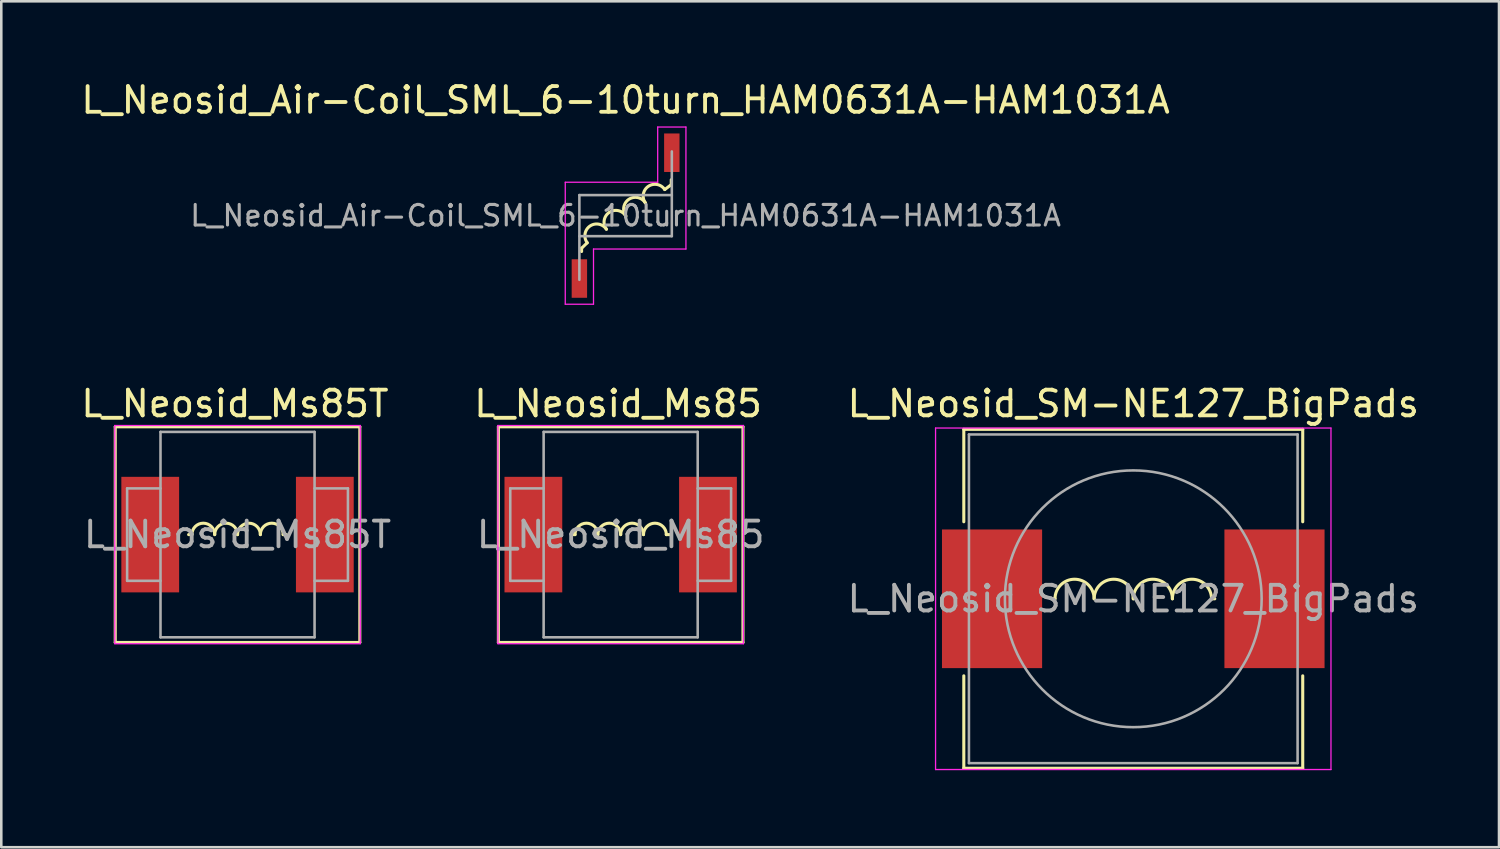
<source format=kicad_pcb>
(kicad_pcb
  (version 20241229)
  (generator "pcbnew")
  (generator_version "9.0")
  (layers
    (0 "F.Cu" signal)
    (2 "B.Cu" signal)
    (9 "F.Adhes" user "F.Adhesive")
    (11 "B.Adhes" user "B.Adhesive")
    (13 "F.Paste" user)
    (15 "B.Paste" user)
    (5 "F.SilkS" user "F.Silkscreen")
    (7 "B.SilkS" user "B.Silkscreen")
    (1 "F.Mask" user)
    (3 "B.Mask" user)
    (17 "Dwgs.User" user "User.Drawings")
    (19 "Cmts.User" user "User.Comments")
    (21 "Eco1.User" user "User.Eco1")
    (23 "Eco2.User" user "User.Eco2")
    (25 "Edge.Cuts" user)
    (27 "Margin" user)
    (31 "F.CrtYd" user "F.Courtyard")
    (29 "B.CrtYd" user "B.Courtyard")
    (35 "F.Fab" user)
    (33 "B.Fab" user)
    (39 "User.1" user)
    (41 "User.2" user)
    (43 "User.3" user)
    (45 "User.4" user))
  (footprint "L_Neosid_Ms85T"
    (layer "F.Cu")
    (at 6.201 17.771)
    (property "Reference" "L_Neosid_Ms85T" (at -0.1 -5.1 0) (layer "F.SilkS") (effects (font (size 1 1) (thickness 0.15))))
    (attr smd)
    (fp_line (start -4.763 -4.2) (end -4.763 4.2) (stroke (width 0.12) (type solid)) (layer "F.SilkS"))
    (fp_line (start -4.763 4.2) (end 4.763 4.2) (stroke (width 0.12) (type solid)) (layer "F.SilkS"))
    (fp_line (start -1.778 0) (end -1.905 0) (stroke (width 0.12) (type solid)) (layer "F.SilkS"))
    (fp_line (start 1.778 0) (end 1.905 0) (stroke (width 0.12) (type solid)) (layer "F.SilkS"))
    (fp_line (start 4.763 -4.2) (end -4.763 -4.2) (stroke (width 0.12) (type solid)) (layer "F.SilkS"))
    (fp_line (start 4.763 4.2) (end 4.763 -4.2) (stroke (width 0.12) (type solid)) (layer "F.SilkS"))
    (fp_arc (start -1.778 0) (mid -1.3335 -0.4445) (end -0.889 0) (stroke (width 0.12) (type solid)) (layer "F.SilkS"))
    (fp_arc (start -0.889 0) (mid -0.4445 -0.4445) (end 0 0) (stroke (width 0.12) (type solid)) (layer "F.SilkS"))
    (fp_arc (start 0 0) (mid 0.4445 -0.4445) (end 0.889 0) (stroke (width 0.12) (type solid)) (layer "F.SilkS"))
    (fp_arc (start 0.889 0) (mid 1.3335 -0.4445) (end 1.778 0) (stroke (width 0.12) (type solid)) (layer "F.SilkS"))
    (fp_line (start -4.78 -4.25) (end -4.78 4.25) (stroke (width 0.05) (type solid)) (layer "F.CrtYd"))
    (fp_line (start -4.78 -4.25) (end 4.78 -4.25) (stroke (width 0.05) (type solid)) (layer "F.CrtYd"))
    (fp_line (start 4.78 4.25) (end -4.78 4.25) (stroke (width 0.05) (type solid)) (layer "F.CrtYd"))
    (fp_line (start 4.78 4.25) (end 4.78 -4.25) (stroke (width 0.05) (type solid)) (layer "F.CrtYd"))
    (fp_line (start -4.3 -1.8) (end -4.3 1.8) (stroke (width 0.1) (type solid)) (layer "F.Fab"))
    (fp_line (start -4.3 -1.8) (end -3 -1.8) (stroke (width 0.1) (type solid)) (layer "F.Fab"))
    (fp_line (start -4.3 1.8) (end -3 1.8) (stroke (width 0.1) (type solid)) (layer "F.Fab"))
    (fp_line (start -3 -4) (end 3 -4) (stroke (width 0.1) (type solid)) (layer "F.Fab"))
    (fp_line (start -3 4) (end -3 -4) (stroke (width 0.1) (type solid)) (layer "F.Fab"))
    (fp_line (start 3 -4) (end 3 4) (stroke (width 0.1) (type solid)) (layer "F.Fab"))
    (fp_line (start 3 1.8) (end 4.3 1.8) (stroke (width 0.1) (type solid)) (layer "F.Fab"))
    (fp_line (start 3 4) (end -3 4) (stroke (width 0.1) (type solid)) (layer "F.Fab"))
    (fp_line (start 4.3 -1.8) (end 3 -1.8) (stroke (width 0.1) (type solid)) (layer "F.Fab"))
    (fp_line (start 4.3 1.8) (end 4.3 -1.8) (stroke (width 0.1) (type solid)) (layer "F.Fab"))
    (fp_text user "${REFERENCE}" (at 0 0 0) (layer "F.Fab") (effects (font (size 1 1) (thickness 0.15))))
    (pad "1" smd rect (at -3.4 0) (size 2.25 4.5) (layers "F.Cu" "F.Mask" "F.Paste"))
    (pad "2" smd rect (at 3.4 0) (size 2.25 4.5) (layers "F.Cu" "F.Mask" "F.Paste")))
  (footprint "L_Neosid_Air-Coil_SML_6-10turn_HAM0631A-HAM1031A"
    (layer "F.Cu")
    (at 21.315 5.348)
    (property "Reference" "L_Neosid_Air-Coil_SML_6-10turn_HAM0631A-HAM1031A" (at 0 -4.5 0) (layer "F.SilkS") (effects (font (size 1 1) (thickness 0.15))))
    (attr smd)
    (fp_line (start -1.714 1.27) (end -1.714 1.397) (stroke (width 0.12) (type solid)) (layer "F.SilkS"))
    (fp_line (start -1.495 1.057) (end -1.714 1.27) (stroke (width 0.12) (type solid)) (layer "F.SilkS"))
    (fp_line (start 1.524 -1.016) (end 1.778 -1.206) (stroke (width 0.12) (type solid)) (layer "F.SilkS"))
    (fp_line (start 1.778 -1.206) (end 1.778 -1.397) (stroke (width 0.12) (type solid)) (layer "F.SilkS"))
    (fp_arc (start -1.494644 1.057486) (mid -1.392794 0.408938) (end -0.747322 0.528743) (stroke (width 0.12) (type solid)) (layer "F.SilkS"))
    (fp_arc (start -0.747322 0.528743) (mid -0.645472 -0.119805) (end 0 0) (stroke (width 0.12) (type solid)) (layer "F.SilkS"))
    (fp_arc (start 0.014678 0.020743) (mid 0.116528 -0.627805) (end 0.762 -0.508) (stroke (width 0.12) (type solid)) (layer "F.SilkS"))
    (fp_arc (start 0.776678 -0.487257) (mid 0.878528 -1.135805) (end 1.524 -1.016) (stroke (width 0.12) (type solid)) (layer "F.SilkS"))
    (fp_line (start -2.35 -1.3) (end -2.35 3.45) (stroke (width 0.05) (type solid)) (layer "F.CrtYd"))
    (fp_line (start -2.35 3.45) (end -1.25 3.45) (stroke (width 0.05) (type solid)) (layer "F.CrtYd"))
    (fp_line (start -1.25 1.3) (end 2.35 1.3) (stroke (width 0.05) (type solid)) (layer "F.CrtYd"))
    (fp_line (start -1.25 3.45) (end -1.25 1.3) (stroke (width 0.05) (type solid)) (layer "F.CrtYd"))
    (fp_line (start 1.25 -3.45) (end 1.25 -1.3) (stroke (width 0.05) (type solid)) (layer "F.CrtYd"))
    (fp_line (start 1.25 -1.3) (end -2.35 -1.3) (stroke (width 0.05) (type solid)) (layer "F.CrtYd"))
    (fp_line (start 2.35 -3.45) (end 1.25 -3.45) (stroke (width 0.05) (type solid)) (layer "F.CrtYd"))
    (fp_line (start 2.35 1.3) (end 2.35 -3.45) (stroke (width 0.05) (type solid)) (layer "F.CrtYd"))
    (fp_line (start -1.8 -0.8) (end -1.8 2.5) (stroke (width 0.1) (type solid)) (layer "F.Fab"))
    (fp_line (start -1.8 -0.8) (end 1.8 -0.8) (stroke (width 0.1) (type solid)) (layer "F.Fab"))
    (fp_line (start 1.8 0.8) (end -1.8 0.8) (stroke (width 0.1) (type solid)) (layer "F.Fab"))
    (fp_line (start 1.8 0.8) (end 1.8 -2.5) (stroke (width 0.1) (type solid)) (layer "F.Fab"))
    (fp_text user "${REFERENCE}" (at 0 0 0) (layer "F.Fab") (effects (font (size 0.8 0.8) (thickness 0.12))))
    (pad "1" smd rect (at -1.8 2.45) (size 0.6 1.5) (layers "F.Cu" "F.Mask" "F.Paste"))
    (pad "2" smd rect (at 1.8 -2.45) (size 0.6 1.5) (layers "F.Cu" "F.Mask" "F.Paste")))
  (footprint "L_Neosid_Ms85"
    (layer "F.Cu")
    (at 21.123 17.771)
    (property "Reference" "L_Neosid_Ms85" (at -0.1 -5.1 0) (layer "F.SilkS") (effects (font (size 1 1) (thickness 0.15))))
    (attr smd)
    (fp_line (start -4.763 -4.2) (end -4.763 4.2) (stroke (width 0.12) (type solid)) (layer "F.SilkS"))
    (fp_line (start -4.763 4.2) (end 4.763 4.2) (stroke (width 0.12) (type solid)) (layer "F.SilkS"))
    (fp_line (start -1.778 0) (end -1.905 0) (stroke (width 0.12) (type solid)) (layer "F.SilkS"))
    (fp_line (start 1.778 0) (end 1.905 0) (stroke (width 0.12) (type solid)) (layer "F.SilkS"))
    (fp_line (start 4.763 -4.2) (end -4.763 -4.2) (stroke (width 0.12) (type solid)) (layer "F.SilkS"))
    (fp_line (start 4.763 -4.2) (end 4.763 4.2) (stroke (width 0.12) (type solid)) (layer "F.SilkS"))
    (fp_arc (start -1.778 0) (mid -1.3335 -0.4445) (end -0.889 0) (stroke (width 0.12) (type solid)) (layer "F.SilkS"))
    (fp_arc (start -0.889 0) (mid -0.4445 -0.4445) (end 0 0) (stroke (width 0.12) (type solid)) (layer "F.SilkS"))
    (fp_arc (start 0 0) (mid 0.4445 -0.4445) (end 0.889 0) (stroke (width 0.12) (type solid)) (layer "F.SilkS"))
    (fp_arc (start 0.889 0) (mid 1.3335 -0.4445) (end 1.778 0) (stroke (width 0.12) (type solid)) (layer "F.SilkS"))
    (fp_line (start -4.78 -4.25) (end -4.78 4.25) (stroke (width 0.05) (type solid)) (layer "F.CrtYd"))
    (fp_line (start -4.78 -4.25) (end 4.78 -4.25) (stroke (width 0.05) (type solid)) (layer "F.CrtYd"))
    (fp_line (start 4.78 4.25) (end -4.78 4.25) (stroke (width 0.05) (type solid)) (layer "F.CrtYd"))
    (fp_line (start 4.78 4.25) (end 4.78 -4.25) (stroke (width 0.05) (type solid)) (layer "F.CrtYd"))
    (fp_line (start -4.3 -1.8) (end -4.3 1.8) (stroke (width 0.1) (type solid)) (layer "F.Fab"))
    (fp_line (start -4.3 -1.8) (end -3 -1.8) (stroke (width 0.1) (type solid)) (layer "F.Fab"))
    (fp_line (start -4.3 1.8) (end -3 1.8) (stroke (width 0.1) (type solid)) (layer "F.Fab"))
    (fp_line (start -3 -4) (end 3 -4) (stroke (width 0.1) (type solid)) (layer "F.Fab"))
    (fp_line (start -3 4) (end -3 -4) (stroke (width 0.1) (type solid)) (layer "F.Fab"))
    (fp_line (start 3 -4) (end 3 4) (stroke (width 0.1) (type solid)) (layer "F.Fab"))
    (fp_line (start 3 1.8) (end 4.3 1.8) (stroke (width 0.1) (type solid)) (layer "F.Fab"))
    (fp_line (start 3 4) (end -3 4) (stroke (width 0.1) (type solid)) (layer "F.Fab"))
    (fp_line (start 4.3 -1.8) (end 3 -1.8) (stroke (width 0.1) (type solid)) (layer "F.Fab"))
    (fp_line (start 4.3 1.8) (end 4.3 -1.8) (stroke (width 0.1) (type solid)) (layer "F.Fab"))
    (fp_text user "${REFERENCE}" (at 0 0 0) (layer "F.Fab") (effects (font (size 1 1) (thickness 0.15))))
    (pad "1" smd rect (at -3.4 0) (size 2.25 4.5) (layers "F.Cu" "F.Mask" "F.Paste"))
    (pad "2" smd rect (at 3.4 0) (size 2.25 4.5) (layers "F.Cu" "F.Mask" "F.Paste")))
  (footprint "L_Neosid_SM-NE127_BigPads"
    (layer "F.Cu")
    (at 41.087 20.271)
    (property "Reference" "L_Neosid_SM-NE127_BigPads" (at 0 -7.6 0) (layer "F.SilkS") (effects (font (size 1 1) (thickness 0.15))))
    (attr smd)
    (fp_line (start -6.6 -6.6) (end 6.6 -6.6) (stroke (width 0.12) (type solid)) (layer "F.SilkS"))
    (fp_line (start -6.6 -3) (end -6.6 -6.6) (stroke (width 0.12) (type solid)) (layer "F.SilkS"))
    (fp_line (start -6.6 6.6) (end -6.6 3) (stroke (width 0.12) (type solid)) (layer "F.SilkS"))
    (fp_line (start -3.175 0) (end -3.048 0) (stroke (width 0.12) (type solid)) (layer "F.SilkS"))
    (fp_line (start 3.048 0) (end 3.175 0) (stroke (width 0.12) (type solid)) (layer "F.SilkS"))
    (fp_line (start 6.6 -6.6) (end 6.6 -3) (stroke (width 0.12) (type solid)) (layer "F.SilkS"))
    (fp_line (start 6.6 3) (end 6.6 6.6) (stroke (width 0.12) (type solid)) (layer "F.SilkS"))
    (fp_line (start 6.6 6.6) (end -6.6 6.6) (stroke (width 0.12) (type solid)) (layer "F.SilkS"))
    (fp_arc (start -3.048 0) (mid -2.286 -0.762) (end -1.524 0) (stroke (width 0.12) (type solid)) (layer "F.SilkS"))
    (fp_arc (start -1.524 0) (mid -0.762 -0.762) (end 0 0) (stroke (width 0.12) (type solid)) (layer "F.SilkS"))
    (fp_arc (start 0 0) (mid 0.762 -0.762) (end 1.524 0) (stroke (width 0.12) (type solid)) (layer "F.SilkS"))
    (fp_arc (start 1.524 0) (mid 2.286 -0.762) (end 3.048 0) (stroke (width 0.12) (type solid)) (layer "F.SilkS"))
    (fp_line (start -7.7 -6.65) (end -7.7 6.65) (stroke (width 0.05) (type solid)) (layer "F.CrtYd"))
    (fp_line (start -7.7 -6.65) (end 7.7 -6.65) (stroke (width 0.05) (type solid)) (layer "F.CrtYd"))
    (fp_line (start 7.7 6.65) (end -7.7 6.65) (stroke (width 0.05) (type solid)) (layer "F.CrtYd"))
    (fp_line (start 7.7 6.65) (end 7.7 -6.65) (stroke (width 0.05) (type solid)) (layer "F.CrtYd"))
    (fp_line (start -6.4 -6.4) (end 6.4 -6.4) (stroke (width 0.1) (type solid)) (layer "F.Fab"))
    (fp_line (start -6.4 6.4) (end -6.4 -6.4) (stroke (width 0.1) (type solid)) (layer "F.Fab"))
    (fp_line (start 6.4 -6.4) (end 6.4 6.4) (stroke (width 0.1) (type solid)) (layer "F.Fab"))
    (fp_line (start 6.4 6.4) (end -6.4 6.4) (stroke (width 0.1) (type solid)) (layer "F.Fab"))
    (fp_circle (center 0 0) (end 5 0) (stroke (width 0.1) (type solid)) (fill no) (layer "F.Fab"))
    (fp_text user "${REFERENCE}" (at 0 0 0) (layer "F.Fab") (effects (font (size 1 1) (thickness 0.15))))
    (pad "1" smd rect (at -5.5 0) (size 3.9 5.4) (layers "F.Cu" "F.Mask" "F.Paste"))
    (pad "2" smd rect (at 5.5 0) (size 3.9 5.4) (layers "F.Cu" "F.Mask" "F.Paste")))
  (gr_rect
    (start -3 -3)
    (end 55.331 29.947)
    (stroke (width 0.1) (type default))
    (fill no)
    (layer "Edge.Cuts")))
</source>
